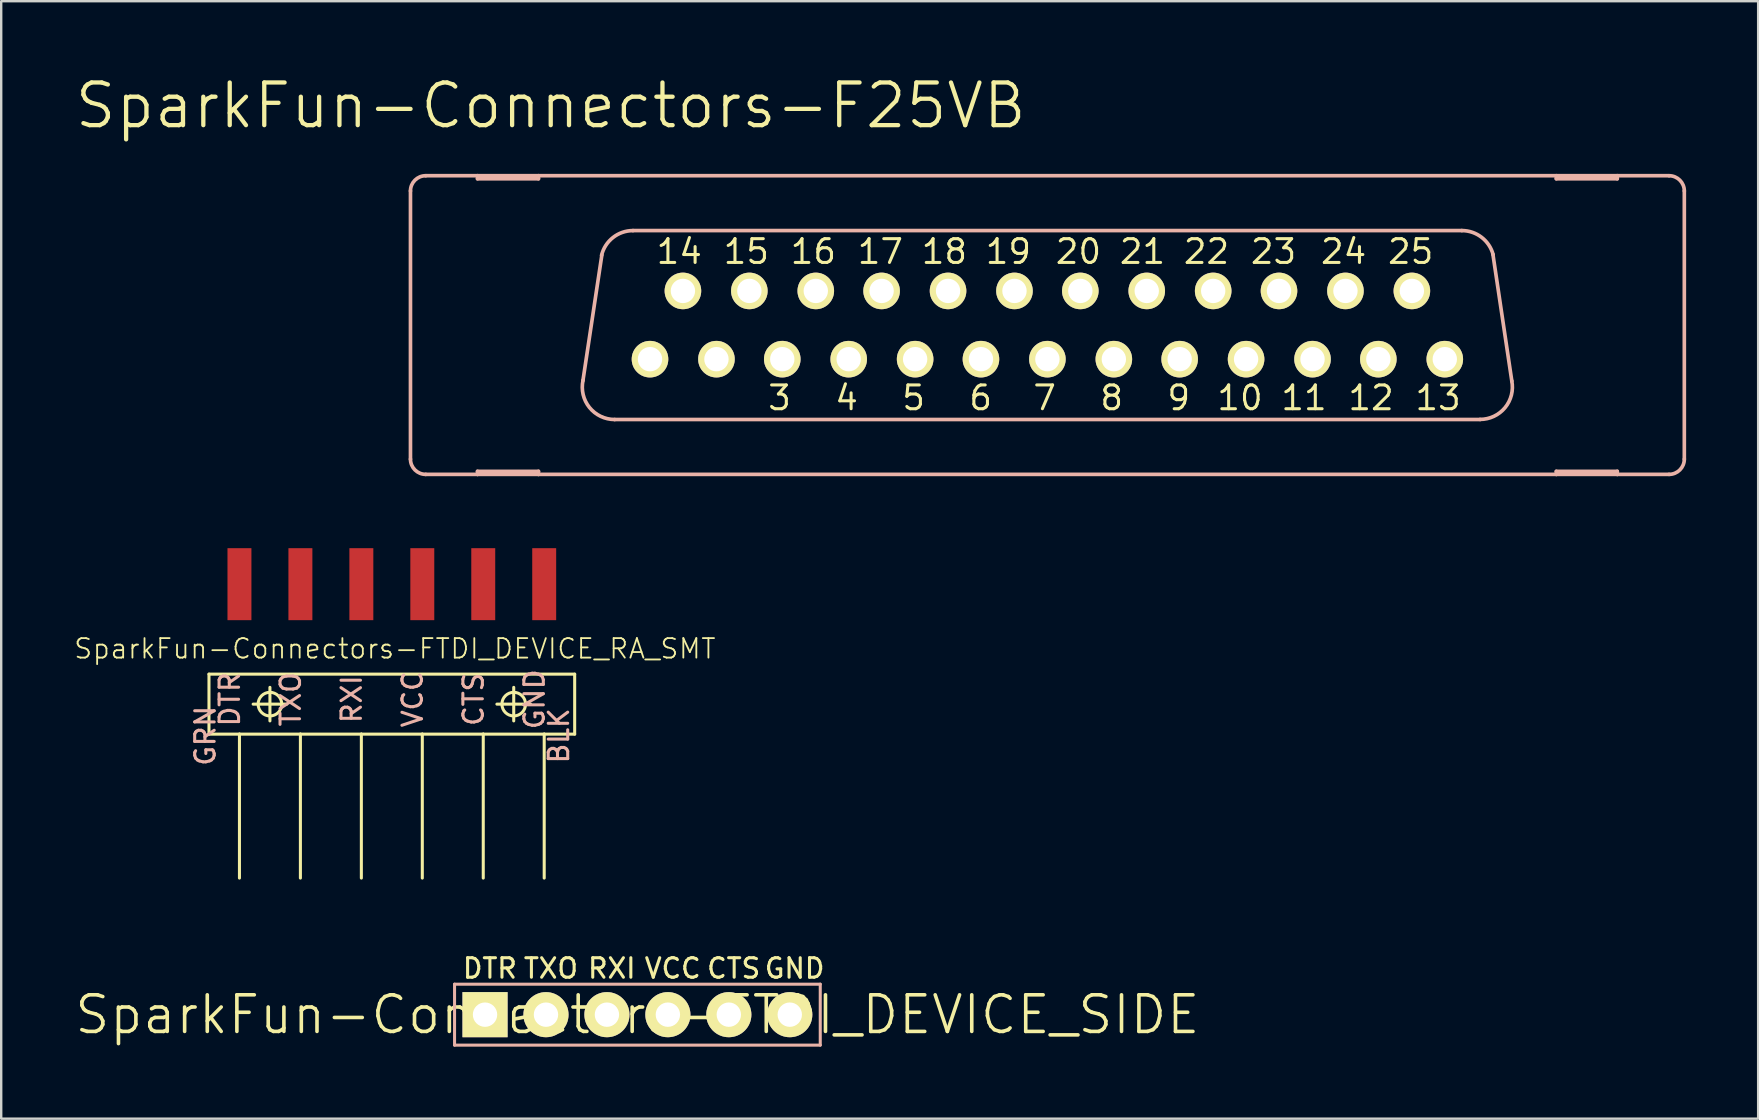
<source format=kicad_pcb>
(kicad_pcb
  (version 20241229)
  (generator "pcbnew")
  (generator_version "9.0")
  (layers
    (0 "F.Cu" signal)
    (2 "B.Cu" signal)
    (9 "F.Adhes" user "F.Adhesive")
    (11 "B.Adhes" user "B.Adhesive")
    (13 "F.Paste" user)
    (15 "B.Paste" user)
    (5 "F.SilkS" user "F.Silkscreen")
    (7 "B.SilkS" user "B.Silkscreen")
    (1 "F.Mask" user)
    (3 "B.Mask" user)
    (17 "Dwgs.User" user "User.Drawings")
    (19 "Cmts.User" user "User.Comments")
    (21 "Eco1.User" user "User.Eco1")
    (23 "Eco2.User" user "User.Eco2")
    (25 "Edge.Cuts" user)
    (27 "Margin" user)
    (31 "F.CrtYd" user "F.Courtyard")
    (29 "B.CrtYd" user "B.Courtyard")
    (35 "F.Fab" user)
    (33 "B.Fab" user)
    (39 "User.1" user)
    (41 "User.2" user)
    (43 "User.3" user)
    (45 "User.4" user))
  (footprint "SparkFun-Connectors-FTDI_DEVICE_SIDE"
    (layer "F.Cu")
    (at 23.513 39.235)
    (property "Reference" "SparkFun-Connectors-FTDI_DEVICE_SIDE" (at 0 0 0) (layer "F.SilkS") (effects (font (size 1.524 1.524) (thickness 0.15))))
    (attr exclude_from_pos_files exclude_from_bom)
    (fp_line (start -7.62 -1.27) (end 7.62 -1.27) (stroke (width 0.127) (type solid)) (layer "B.SilkS"))
    (fp_line (start -7.62 1.27) (end -7.62 -1.27) (stroke (width 0.127) (type solid)) (layer "B.SilkS"))
    (fp_line (start 7.62 -1.27) (end 7.62 1.27) (stroke (width 0.127) (type solid)) (layer "B.SilkS"))
    (fp_line (start 7.62 1.27) (end -7.62 1.27) (stroke (width 0.127) (type solid)) (layer "B.SilkS"))
    (fp_text user "DTR" (at -6.147 -1.93 0) (layer "F.SilkS") (effects (font (size 0.813 0.813) (thickness 0.127))))
    (fp_text user "TXO" (at -3.604 -1.93 0) (layer "F.SilkS") (effects (font (size 0.813 0.813) (thickness 0.127))))
    (fp_text user "RXI" (at -1.067 -1.93 0) (layer "F.SilkS") (effects (font (size 0.813 0.813) (thickness 0.127))))
    (fp_text user "CTS" (at 4.013 -1.93 0) (layer "F.SilkS") (effects (font (size 0.813 0.813) (thickness 0.127))))
    (fp_text user "VCC" (at 1.473 -1.93 0) (layer "F.SilkS") (effects (font (size 0.813 0.813) (thickness 0.127))))
    (fp_text user "GND" (at 6.553 -1.93 0) (layer "F.SilkS") (effects (font (size 0.813 0.813) (thickness 0.127))))
    (pad "P$1" thru_hole rect (at -6.35 0) (size 1.88 1.88) (drill 1.016) (layers "*.Cu" "F.Mask" "F.SilkS" "F.Paste"))
    (pad "P$2" thru_hole circle (at -3.81 0) (size 1.88 1.88) (drill 1.016) (layers "*.Cu" "F.Mask" "F.SilkS" "F.Paste"))
    (pad "P$3" thru_hole circle (at -1.27 0) (size 1.88 1.88) (drill 1.016) (layers "*.Cu" "F.Mask" "F.SilkS" "F.Paste"))
    (pad "P$4" thru_hole circle (at 1.27 0) (size 1.88 1.88) (drill 1.016) (layers "*.Cu" "F.Mask" "F.SilkS" "F.Paste"))
    (pad "P$5" thru_hole circle (at 3.81 0) (size 1.88 1.88) (drill 1.016) (layers "*.Cu" "F.Mask" "F.SilkS" "F.Paste"))
    (pad "P$6" thru_hole circle (at 6.35 0) (size 1.88 1.88) (drill 1.016) (layers "*.Cu" "F.Mask" "F.SilkS" "F.Paste")))
  (footprint "SparkFun-Connectors-FTDI_DEVICE_RA_SMT"
    (layer "F.Cu")
    (at 13.279 26.294)
    (property "Reference" "SparkFun-Connectors-FTDI_DEVICE_RA_SMT" (at 0.127 -2.311 0) (layer "F.SilkS") (effects (font (size 0.813 0.813) (thickness 0.076))))
    (attr smd)
    (fp_line (start -7.62 -1.25) (end -7.62 1.25) (stroke (width 0.127) (type solid)) (layer "F.SilkS"))
    (fp_line (start -7.62 1.25) (end -6.35 1.25) (stroke (width 0.127) (type solid)) (layer "F.SilkS"))
    (fp_line (start -6.35 1.25) (end -6.35 7.249) (stroke (width 0.127) (type solid)) (layer "F.SilkS"))
    (fp_line (start -6.35 1.25) (end -3.81 1.25) (stroke (width 0.127) (type solid)) (layer "F.SilkS"))
    (fp_line (start -5.779 0) (end -4.379 0) (stroke (width 0.127) (type solid)) (layer "F.SilkS"))
    (fp_line (start -5.08 0.699) (end -5.08 -0.699) (stroke (width 0.127) (type solid)) (layer "F.SilkS"))
    (fp_line (start -3.81 1.25) (end -3.81 7.249) (stroke (width 0.127) (type solid)) (layer "F.SilkS"))
    (fp_line (start -3.81 1.25) (end -1.27 1.25) (stroke (width 0.127) (type solid)) (layer "F.SilkS"))
    (fp_line (start -1.27 1.25) (end -1.27 7.249) (stroke (width 0.127) (type solid)) (layer "F.SilkS"))
    (fp_line (start -1.27 1.25) (end 1.27 1.25) (stroke (width 0.127) (type solid)) (layer "F.SilkS"))
    (fp_line (start 1.27 1.25) (end 1.27 7.249) (stroke (width 0.127) (type solid)) (layer "F.SilkS"))
    (fp_line (start 1.27 1.25) (end 3.81 1.25) (stroke (width 0.127) (type solid)) (layer "F.SilkS"))
    (fp_line (start 3.81 1.25) (end 3.81 7.249) (stroke (width 0.127) (type solid)) (layer "F.SilkS"))
    (fp_line (start 3.81 1.25) (end 6.35 1.25) (stroke (width 0.127) (type solid)) (layer "F.SilkS"))
    (fp_line (start 4.379 0) (end 5.779 0) (stroke (width 0.127) (type solid)) (layer "F.SilkS"))
    (fp_line (start 5.08 0.699) (end 5.08 -0.699) (stroke (width 0.127) (type solid)) (layer "F.SilkS"))
    (fp_line (start 6.35 1.25) (end 6.35 7.249) (stroke (width 0.127) (type solid)) (layer "F.SilkS"))
    (fp_line (start 6.35 1.25) (end 7.62 1.25) (stroke (width 0.127) (type solid)) (layer "F.SilkS"))
    (fp_line (start 7.62 -1.25) (end -7.62 -1.25) (stroke (width 0.127) (type solid)) (layer "F.SilkS"))
    (fp_line (start 7.62 1.25) (end 7.62 -1.25) (stroke (width 0.127) (type solid)) (layer "F.SilkS"))
    (fp_circle (center -5.08 0) (end -5.428 0.348) (stroke (width 0.127) (type solid)) (fill no) (layer "F.SilkS"))
    (fp_circle (center 5.08 0) (end 5.428 0.348) (stroke (width 0.127) (type solid)) (fill no) (layer "F.SilkS"))
    (fp_text user "BLK" (at 6.96 1.321 90) (layer "B.SilkS") (effects (font (size 0.813 0.813) (thickness 0.127))))
    (fp_text user "DTR" (at -6.756 -0.203 90) (layer "B.SilkS") (effects (font (size 0.813 0.813) (thickness 0.127))))
    (fp_text user "TXO" (at -4.216 -0.203 90) (layer "B.SilkS") (effects (font (size 0.813 0.813) (thickness 0.127))))
    (fp_text user "GND" (at 5.944 -0.203 90) (layer "B.SilkS") (effects (font (size 0.813 0.813) (thickness 0.127))))
    (fp_text user "GRN" (at -7.772 1.321 90) (layer "B.SilkS") (effects (font (size 0.813 0.813) (thickness 0.127))))
    (fp_text user "VCC" (at 0.864 -0.203 90) (layer "B.SilkS") (effects (font (size 0.813 0.813) (thickness 0.127))))
    (fp_text user "RXI" (at -1.676 -0.203 90) (layer "B.SilkS") (effects (font (size 0.813 0.813) (thickness 0.127))))
    (fp_text user "CTS" (at 3.404 -0.203 90) (layer "B.SilkS") (effects (font (size 0.813 0.813) (thickness 0.127))))
    (pad "1" smd rect (at -6.35 -4.999 90) (size 3 0.998) (layers "F.Cu" "F.Mask" "F.Paste"))
    (pad "2" smd rect (at -3.81 -4.999 90) (size 3 0.998) (layers "F.Cu" "F.Mask" "F.Paste"))
    (pad "3" smd rect (at -1.27 -4.999 90) (size 3 0.998) (layers "F.Cu" "F.Mask" "F.Paste"))
    (pad "4" smd rect (at 1.27 -4.999 90) (size 3 0.998) (layers "F.Cu" "F.Mask" "F.Paste"))
    (pad "5" smd rect (at 3.81 -4.999 90) (size 3 0.998) (layers "F.Cu" "F.Mask" "F.Paste"))
    (pad "6" smd rect (at 6.35 -4.999 90) (size 3 0.998) (layers "F.Cu" "F.Mask" "F.Paste")))
  (footprint "SparkFun-Connectors-F25VB"
    (layer "F.Cu")
    (at 40.599 10.496)
    (property "Reference" "SparkFun-Connectors-F25VB" (at -20.698 -9.144 0) (layer "F.SilkS") (effects (font (size 1.778 1.778) (thickness 0.178))))
    (attr exclude_from_pos_files exclude_from_bom)
    (fp_circle (center -16.561 1.422) (end -16.942 1.803) (stroke (width 0.127) (type solid)) (fill no) (layer "F.SilkS"))
    (fp_circle (center -15.189 -1.422) (end -15.57 -1.803) (stroke (width 0.127) (type solid)) (fill no) (layer "F.SilkS"))
    (fp_circle (center -13.792 1.422) (end -14.173 1.803) (stroke (width 0.127) (type solid)) (fill no) (layer "F.SilkS"))
    (fp_circle (center -12.421 -1.422) (end -12.802 -1.803) (stroke (width 0.127) (type solid)) (fill no) (layer "F.SilkS"))
    (fp_circle (center -11.049 1.422) (end -11.43 1.803) (stroke (width 0.127) (type solid)) (fill no) (layer "F.SilkS"))
    (fp_circle (center -9.652 -1.422) (end -10.033 -1.803) (stroke (width 0.127) (type solid)) (fill no) (layer "F.SilkS"))
    (fp_circle (center -8.28 1.422) (end -8.661 1.803) (stroke (width 0.127) (type solid)) (fill no) (layer "F.SilkS"))
    (fp_circle (center -6.909 -1.422) (end -7.29 -1.803) (stroke (width 0.127) (type solid)) (fill no) (layer "F.SilkS"))
    (fp_circle (center -5.512 1.422) (end -5.893 1.803) (stroke (width 0.127) (type solid)) (fill no) (layer "F.SilkS"))
    (fp_circle (center -4.14 -1.422) (end -4.521 -1.803) (stroke (width 0.127) (type solid)) (fill no) (layer "F.SilkS"))
    (fp_circle (center -2.769 1.422) (end -3.15 1.803) (stroke (width 0.127) (type solid)) (fill no) (layer "F.SilkS"))
    (fp_circle (center -1.372 -1.422) (end -1.753 -1.803) (stroke (width 0.127) (type solid)) (fill no) (layer "F.SilkS"))
    (fp_circle (center 0 1.422) (end -0.381 1.803) (stroke (width 0.127) (type solid)) (fill no) (layer "F.SilkS"))
    (fp_circle (center 1.372 -1.422) (end 1.753 -1.803) (stroke (width 0.127) (type solid)) (fill no) (layer "F.SilkS"))
    (fp_circle (center 2.769 1.422) (end 3.15 1.803) (stroke (width 0.127) (type solid)) (fill no) (layer "F.SilkS"))
    (fp_circle (center 4.14 -1.422) (end 4.521 -1.803) (stroke (width 0.127) (type solid)) (fill no) (layer "F.SilkS"))
    (fp_circle (center 5.512 1.422) (end 5.893 1.803) (stroke (width 0.127) (type solid)) (fill no) (layer "F.SilkS"))
    (fp_circle (center 6.909 -1.422) (end 7.29 -1.803) (stroke (width 0.127) (type solid)) (fill no) (layer "F.SilkS"))
    (fp_circle (center 8.28 1.422) (end 8.661 1.803) (stroke (width 0.127) (type solid)) (fill no) (layer "F.SilkS"))
    (fp_circle (center 9.652 -1.422) (end 10.033 -1.803) (stroke (width 0.127) (type solid)) (fill no) (layer "F.SilkS"))
    (fp_circle (center 11.049 1.422) (end 11.43 1.803) (stroke (width 0.127) (type solid)) (fill no) (layer "F.SilkS"))
    (fp_circle (center 12.421 -1.422) (end 12.802 -1.803) (stroke (width 0.127) (type solid)) (fill no) (layer "F.SilkS"))
    (fp_circle (center 13.792 1.422) (end 14.173 1.803) (stroke (width 0.127) (type solid)) (fill no) (layer "F.SilkS"))
    (fp_circle (center 15.189 -1.422) (end 15.57 -1.803) (stroke (width 0.127) (type solid)) (fill no) (layer "F.SilkS"))
    (fp_circle (center 16.561 1.422) (end 16.942 1.803) (stroke (width 0.127) (type solid)) (fill no) (layer "F.SilkS"))
    (fp_line (start -26.543 5.588) (end -26.543 -5.588) (stroke (width 0.152) (type solid)) (layer "B.SilkS"))
    (fp_line (start -25.908 6.223) (end -23.749 6.223) (stroke (width 0.152) (type solid)) (layer "B.SilkS"))
    (fp_line (start -23.749 -6.223) (end -25.908 -6.223) (stroke (width 0.152) (type solid)) (layer "B.SilkS"))
    (fp_line (start -23.749 -6.096) (end -23.749 -6.223) (stroke (width 0.152) (type solid)) (layer "B.SilkS"))
    (fp_line (start -23.749 6.096) (end -23.749 6.223) (stroke (width 0.152) (type solid)) (layer "B.SilkS"))
    (fp_line (start -23.749 6.223) (end -21.209 6.223) (stroke (width 0.152) (type solid)) (layer "B.SilkS"))
    (fp_line (start -21.209 -6.223) (end -23.749 -6.223) (stroke (width 0.152) (type solid)) (layer "B.SilkS"))
    (fp_line (start -21.209 -6.223) (end -21.209 -6.096) (stroke (width 0.152) (type solid)) (layer "B.SilkS"))
    (fp_line (start -21.209 -6.096) (end -23.749 -6.096) (stroke (width 0.152) (type solid)) (layer "B.SilkS"))
    (fp_line (start -21.209 6.096) (end -23.749 6.096) (stroke (width 0.152) (type solid)) (layer "B.SilkS"))
    (fp_line (start -21.209 6.223) (end -21.209 6.096) (stroke (width 0.152) (type solid)) (layer "B.SilkS"))
    (fp_line (start -21.209 6.223) (end 21.209 6.223) (stroke (width 0.152) (type solid)) (layer "B.SilkS"))
    (fp_line (start -19.355 2.311) (end -18.567 -2.921) (stroke (width 0.152) (type solid)) (layer "B.SilkS"))
    (fp_line (start 17.272 -3.937) (end -17.272 -3.937) (stroke (width 0.152) (type solid)) (layer "B.SilkS"))
    (fp_line (start 18.034 3.937) (end -18.034 3.937) (stroke (width 0.152) (type solid)) (layer "B.SilkS"))
    (fp_line (start 18.567 -2.946) (end 19.355 2.337) (stroke (width 0.152) (type solid)) (layer "B.SilkS"))
    (fp_line (start 21.209 -6.223) (end -21.209 -6.223) (stroke (width 0.152) (type solid)) (layer "B.SilkS"))
    (fp_line (start 21.209 -6.096) (end 21.209 -6.223) (stroke (width 0.152) (type solid)) (layer "B.SilkS"))
    (fp_line (start 21.209 6.096) (end 21.209 6.223) (stroke (width 0.152) (type solid)) (layer "B.SilkS"))
    (fp_line (start 21.209 6.223) (end 23.749 6.223) (stroke (width 0.152) (type solid)) (layer "B.SilkS"))
    (fp_line (start 23.749 -6.223) (end 21.209 -6.223) (stroke (width 0.152) (type solid)) (layer "B.SilkS"))
    (fp_line (start 23.749 -6.223) (end 23.749 -6.096) (stroke (width 0.152) (type solid)) (layer "B.SilkS"))
    (fp_line (start 23.749 -6.096) (end 21.209 -6.096) (stroke (width 0.152) (type solid)) (layer "B.SilkS"))
    (fp_line (start 23.749 6.096) (end 21.209 6.096) (stroke (width 0.152) (type solid)) (layer "B.SilkS"))
    (fp_line (start 23.749 6.223) (end 23.749 6.096) (stroke (width 0.152) (type solid)) (layer "B.SilkS"))
    (fp_line (start 23.749 6.223) (end 25.908 6.223) (stroke (width 0.152) (type solid)) (layer "B.SilkS"))
    (fp_line (start 25.908 -6.223) (end 23.749 -6.223) (stroke (width 0.152) (type solid)) (layer "B.SilkS"))
    (fp_line (start 26.543 5.588) (end 26.543 -5.588) (stroke (width 0.152) (type solid)) (layer "B.SilkS"))
    (fp_arc (start -26.543 -5.588) (mid -26.357013 -6.037013) (end -25.908 -6.223) (stroke (width 0.1524) (type solid)) (layer "B.SilkS"))
    (fp_arc (start -25.908 6.223) (mid -26.357013 6.037013) (end -26.543 5.588) (stroke (width 0.1524) (type solid)) (layer "B.SilkS"))
    (fp_arc (start -18.5801 -2.90322) (mid -18.104662 -3.646284) (end -17.271518 -3.936211) (stroke (width 0.1524) (type solid)) (layer "B.SilkS"))
    (fp_arc (start -18.034 3.937) (mid -19.083648 3.435219) (end -19.35228 2.303238) (stroke (width 0.1524) (type solid)) (layer "B.SilkS"))
    (fp_arc (start 17.272 -3.937) (mid 18.096791 -3.655415) (end 18.577188 -2.928236) (stroke (width 0.1524) (type solid)) (layer "B.SilkS"))
    (fp_arc (start 19.35226 2.32664) (mid 19.072158 3.441772) (end 18.03224 3.932229) (stroke (width 0.1524) (type solid)) (layer "B.SilkS"))
    (fp_arc (start 25.908 -6.223) (mid 26.357013 -6.037013) (end 26.543 -5.588) (stroke (width 0.1524) (type solid)) (layer "B.SilkS"))
    (fp_arc (start 26.543 5.588) (mid 26.357013 6.037013) (end 25.908 6.223) (stroke (width 0.1524) (type solid)) (layer "B.SilkS"))
    (fp_text user "12" (at 13.487 3.035 180) (layer "F.SilkS") (effects (font (size 0.991 0.991) (thickness 0.127))))
    (fp_text user "17" (at -6.96 -3.061 180) (layer "F.SilkS") (effects (font (size 0.991 0.991) (thickness 0.127))))
    (fp_text user "20" (at 1.293 -3.061 180) (layer "F.SilkS") (effects (font (size 0.991 0.991) (thickness 0.127))))
    (fp_text user "24" (at 12.344 -3.061 180) (layer "F.SilkS") (effects (font (size 0.991 0.991) (thickness 0.127))))
    (fp_text user "7" (at -0.114 3.035 180) (layer "F.SilkS") (effects (font (size 0.991 0.991) (thickness 0.127))))
    (fp_text user "18" (at -4.293 -3.061 180) (layer "F.SilkS") (effects (font (size 0.991 0.991) (thickness 0.127))))
    (fp_text user "6" (at -2.781 3.035 180) (layer "F.SilkS") (effects (font (size 0.991 0.991) (thickness 0.127))))
    (fp_text user "16" (at -9.754 -3.061 180) (layer "F.SilkS") (effects (font (size 0.991 0.991) (thickness 0.127))))
    (fp_text user "9" (at 5.474 3.035 180) (layer "F.SilkS") (effects (font (size 0.991 0.991) (thickness 0.127))))
    (fp_text user "22" (at 6.629 -3.061 180) (layer "F.SilkS") (effects (font (size 0.991 0.991) (thickness 0.127))))
    (fp_text user "23" (at 9.423 -3.061 180) (layer "F.SilkS") (effects (font (size 0.991 0.991) (thickness 0.127))))
    (fp_text user "5" (at -5.575 3.035 180) (layer "F.SilkS") (effects (font (size 0.991 0.991) (thickness 0.127))))
    (fp_text user "13" (at 16.281 3.035 180) (layer "F.SilkS") (effects (font (size 0.991 0.991) (thickness 0.127))))
    (fp_text user "19" (at -1.626 -3.061 180) (layer "F.SilkS") (effects (font (size 0.991 0.991) (thickness 0.127))))
    (fp_text user "4" (at -8.369 3.035 180) (layer "F.SilkS") (effects (font (size 0.991 0.991) (thickness 0.127))))
    (fp_text user "11" (at 10.693 3.035 180) (layer "F.SilkS") (effects (font (size 0.991 0.991) (thickness 0.127))))
    (fp_text user "25" (at 15.138 -3.061 180) (layer "F.SilkS") (effects (font (size 0.991 0.991) (thickness 0.127))))
    (fp_text user "8" (at 2.68 3.035 180) (layer "F.SilkS") (effects (font (size 0.991 0.991) (thickness 0.127))))
    (fp_text user "3" (at -11.163 3.035 180) (layer "F.SilkS") (effects (font (size 0.991 0.991) (thickness 0.127))))
    (fp_text user "10" (at 8.026 3.035 180) (layer "F.SilkS") (effects (font (size 0.991 0.991) (thickness 0.127))))
    (fp_text user "14" (at -15.342 -3.061 180) (layer "F.SilkS") (effects (font (size 0.991 0.991) (thickness 0.127))))
    (fp_text user "15" (at -12.548 -3.061 180) (layer "F.SilkS") (effects (font (size 0.991 0.991) (thickness 0.127))))
    (fp_text user "21" (at 3.962 -3.061 180) (layer "F.SilkS") (effects (font (size 0.991 0.991) (thickness 0.127))))
    (pad "1" thru_hole circle (at -16.561 1.422) (size 1.524 1.524) (drill 1.016) (layers "*.Cu" "F.Mask" "F.SilkS" "F.Paste"))
    (pad "2" thru_hole circle (at -13.792 1.422) (size 1.524 1.524) (drill 1.016) (layers "*.Cu" "F.Mask" "F.SilkS" "F.Paste"))
    (pad "3" thru_hole circle (at -11.049 1.422) (size 1.524 1.524) (drill 1.016) (layers "*.Cu" "F.Mask" "F.SilkS" "F.Paste"))
    (pad "4" thru_hole circle (at -8.28 1.422) (size 1.524 1.524) (drill 1.016) (layers "*.Cu" "F.Mask" "F.SilkS" "F.Paste"))
    (pad "5" thru_hole circle (at -5.512 1.422) (size 1.524 1.524) (drill 1.016) (layers "*.Cu" "F.Mask" "F.SilkS" "F.Paste"))
    (pad "6" thru_hole circle (at -2.769 1.422) (size 1.524 1.524) (drill 1.016) (layers "*.Cu" "F.Mask" "F.SilkS" "F.Paste"))
    (pad "7" thru_hole circle (at 0 1.422) (size 1.524 1.524) (drill 1.016) (layers "*.Cu" "F.Mask" "F.SilkS" "F.Paste"))
    (pad "8" thru_hole circle (at 2.769 1.422) (size 1.524 1.524) (drill 1.016) (layers "*.Cu" "F.Mask" "F.SilkS" "F.Paste"))
    (pad "9" thru_hole circle (at 5.512 1.422) (size 1.524 1.524) (drill 1.016) (layers "*.Cu" "F.Mask" "F.SilkS" "F.Paste"))
    (pad "10" thru_hole circle (at 8.28 1.422) (size 1.524 1.524) (drill 1.016) (layers "*.Cu" "F.Mask" "F.SilkS" "F.Paste"))
    (pad "11" thru_hole circle (at 11.049 1.422) (size 1.524 1.524) (drill 1.016) (layers "*.Cu" "F.Mask" "F.SilkS" "F.Paste"))
    (pad "12" thru_hole circle (at 13.792 1.422) (size 1.524 1.524) (drill 1.016) (layers "*.Cu" "F.Mask" "F.SilkS" "F.Paste"))
    (pad "13" thru_hole circle (at 16.561 1.422) (size 1.524 1.524) (drill 1.016) (layers "*.Cu" "F.Mask" "F.SilkS" "F.Paste"))
    (pad "14" thru_hole circle (at -15.189 -1.422) (size 1.524 1.524) (drill 1.016) (layers "*.Cu" "F.Mask" "F.SilkS" "F.Paste"))
    (pad "15" thru_hole circle (at -12.421 -1.422) (size 1.524 1.524) (drill 1.016) (layers "*.Cu" "F.Mask" "F.SilkS" "F.Paste"))
    (pad "16" thru_hole circle (at -9.652 -1.422) (size 1.524 1.524) (drill 1.016) (layers "*.Cu" "F.Mask" "F.SilkS" "F.Paste"))
    (pad "17" thru_hole circle (at -6.909 -1.422) (size 1.524 1.524) (drill 1.016) (layers "*.Cu" "F.Mask" "F.SilkS" "F.Paste"))
    (pad "18" thru_hole circle (at -4.14 -1.422) (size 1.524 1.524) (drill 1.016) (layers "*.Cu" "F.Mask" "F.SilkS" "F.Paste"))
    (pad "19" thru_hole circle (at -1.372 -1.422) (size 1.524 1.524) (drill 1.016) (layers "*.Cu" "F.Mask" "F.SilkS" "F.Paste"))
    (pad "20" thru_hole circle (at 1.372 -1.422) (size 1.524 1.524) (drill 1.016) (layers "*.Cu" "F.Mask" "F.SilkS" "F.Paste"))
    (pad "21" thru_hole circle (at 4.14 -1.422) (size 1.524 1.524) (drill 1.016) (layers "*.Cu" "F.Mask" "F.SilkS" "F.Paste"))
    (pad "22" thru_hole circle (at 6.909 -1.422) (size 1.524 1.524) (drill 1.016) (layers "*.Cu" "F.Mask" "F.SilkS" "F.Paste"))
    (pad "23" thru_hole circle (at 9.652 -1.422) (size 1.524 1.524) (drill 1.016) (layers "*.Cu" "F.Mask" "F.SilkS" "F.Paste"))
    (pad "24" thru_hole circle (at 12.421 -1.422) (size 1.524 1.524) (drill 1.016) (layers "*.Cu" "F.Mask" "F.SilkS" "F.Paste"))
    (pad "25" thru_hole circle (at 15.189 -1.422) (size 1.524 1.524) (drill 1.016) (layers "*.Cu" "F.Mask" "F.SilkS" "F.Paste")))
  (gr_rect
    (start -3 -3)
    (end 70.219 43.569)
    (stroke (width 0.1) (type default))
    (fill no)
    (layer "Edge.Cuts")))
</source>
